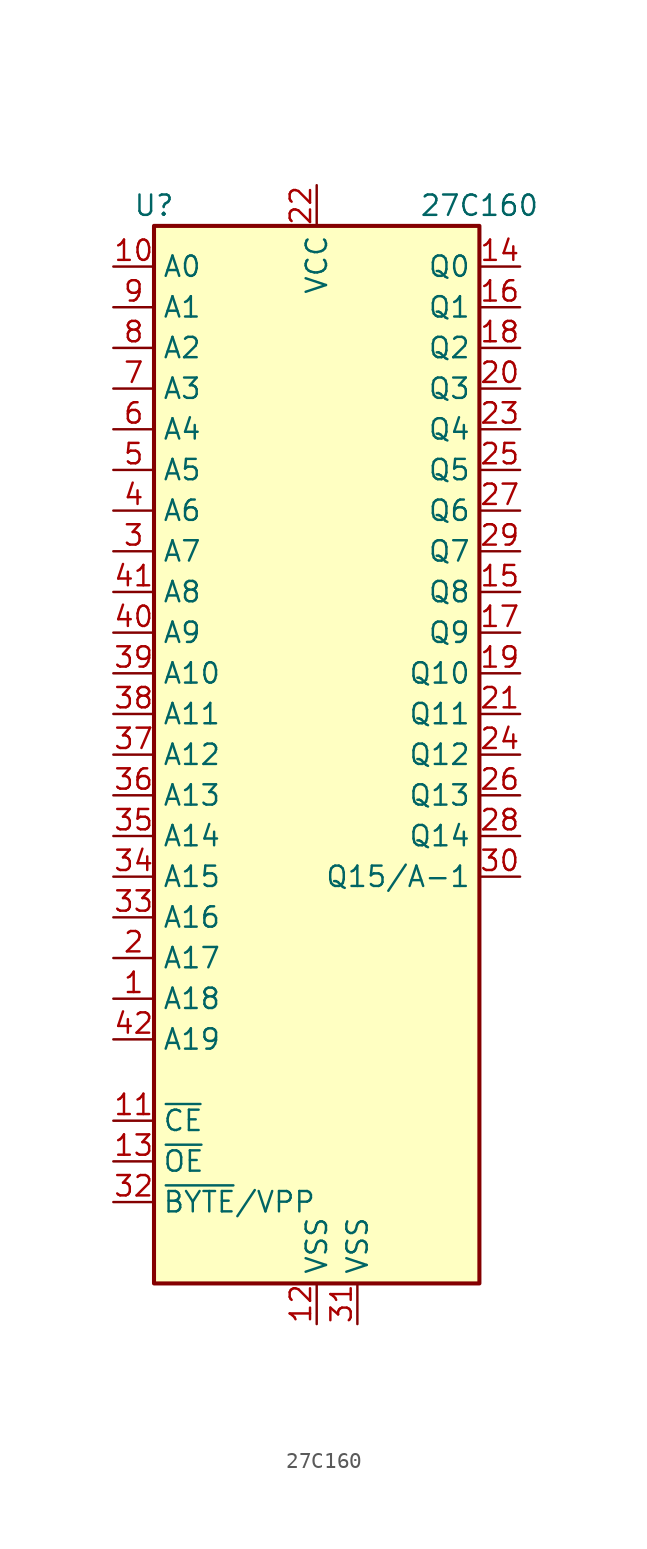
<source format=kicad_sym>
(kicad_symbol_lib
  (version 20220914)
  (generator kicad_symbol_editor)
  (symbol "27C160"
    (property "Reference" "U"
      (at -10.16 34.29 0)
      (effects (font (size 1.27 1.27))))
    (property "Value" "27C160"
      (at 10.16 34.29 0)
      (effects (font (size 1.27 1.27))))
    (symbol "27C160_1_1"
      (rectangle (start -10.16 33.02) (end 10.16 -33.02) (stroke (width 0.254) (type default)) (fill (type background)))
      (pin input line (at -12.7 -15.24 0) (length 2.54) (name "A18" (effects (font (size 1.27 1.27)))) (number "1" (effects (font (size 1.27 1.27)))))
      (pin input line (at -12.7 30.48 0) (length 2.54) (name "A0" (effects (font (size 1.27 1.27)))) (number "10" (effects (font (size 1.27 1.27)))))
      (pin input line (at -12.7 -22.86 0) (length 2.54) (name "~{CE}" (effects (font (size 1.27 1.27)))) (number "11" (effects (font (size 1.27 1.27)))))
      (pin power_in line (at 0 -35.56 90) (length 2.54) (name "VSS" (effects (font (size 1.27 1.27)))) (number "12" (effects (font (size 1.27 1.27)))))
      (pin input line (at -12.7 -25.4 0) (length 2.54) (name "~{OE}" (effects (font (size 1.27 1.27)))) (number "13" (effects (font (size 1.27 1.27)))))
      (pin tri_state line (at 12.7 30.48 180) (length 2.54) (name "Q0" (effects (font (size 1.27 1.27)))) (number "14" (effects (font (size 1.27 1.27)))))
      (pin tri_state line (at 12.7 10.16 180) (length 2.54) (name "Q8" (effects (font (size 1.27 1.27)))) (number "15" (effects (font (size 1.27 1.27)))))
      (pin tri_state line (at 12.7 27.94 180) (length 2.54) (name "Q1" (effects (font (size 1.27 1.27)))) (number "16" (effects (font (size 1.27 1.27)))))
      (pin tri_state line (at 12.7 7.62 180) (length 2.54) (name "Q9" (effects (font (size 1.27 1.27)))) (number "17" (effects (font (size 1.27 1.27)))))
      (pin tri_state line (at 12.7 25.4 180) (length 2.54) (name "Q2" (effects (font (size 1.27 1.27)))) (number "18" (effects (font (size 1.27 1.27)))))
      (pin tri_state line (at 12.7 5.08 180) (length 2.54) (name "Q10" (effects (font (size 1.27 1.27)))) (number "19" (effects (font (size 1.27 1.27)))))
      (pin input line (at -12.7 -12.7 0) (length 2.54) (name "A17" (effects (font (size 1.27 1.27)))) (number "2" (effects (font (size 1.27 1.27)))))
      (pin tri_state line (at 12.7 22.86 180) (length 2.54) (name "Q3" (effects (font (size 1.27 1.27)))) (number "20" (effects (font (size 1.27 1.27)))))
      (pin tri_state line (at 12.7 2.54 180) (length 2.54) (name "Q11" (effects (font (size 1.27 1.27)))) (number "21" (effects (font (size 1.27 1.27)))))
      (pin power_in line (at 0 35.56 270) (length 2.54) (name "VCC" (effects (font (size 1.27 1.27)))) (number "22" (effects (font (size 1.27 1.27)))))
      (pin tri_state line (at 12.7 20.32 180) (length 2.54) (name "Q4" (effects (font (size 1.27 1.27)))) (number "23" (effects (font (size 1.27 1.27)))))
      (pin tri_state line (at 12.7 0 180) (length 2.54) (name "Q12" (effects (font (size 1.27 1.27)))) (number "24" (effects (font (size 1.27 1.27)))))
      (pin tri_state line (at 12.7 17.78 180) (length 2.54) (name "Q5" (effects (font (size 1.27 1.27)))) (number "25" (effects (font (size 1.27 1.27)))))
      (pin tri_state line (at 12.7 -2.54 180) (length 2.54) (name "Q13" (effects (font (size 1.27 1.27)))) (number "26" (effects (font (size 1.27 1.27)))))
      (pin tri_state line (at 12.7 15.24 180) (length 2.54) (name "Q6" (effects (font (size 1.27 1.27)))) (number "27" (effects (font (size 1.27 1.27)))))
      (pin tri_state line (at 12.7 -5.08 180) (length 2.54) (name "Q14" (effects (font (size 1.27 1.27)))) (number "28" (effects (font (size 1.27 1.27)))))
      (pin tri_state line (at 12.7 12.7 180) (length 2.54) (name "Q7" (effects (font (size 1.27 1.27)))) (number "29" (effects (font (size 1.27 1.27)))))
      (pin input line (at -12.7 12.7 0) (length 2.54) (name "A7" (effects (font (size 1.27 1.27)))) (number "3" (effects (font (size 1.27 1.27)))))
      (pin tri_state line (at 12.7 -7.62 180) (length 2.54) (name "Q15/A-1" (effects (font (size 1.27 1.27)))) (number "30" (effects (font (size 1.27 1.27)))))
      (pin power_in line (at 2.54 -35.56 90) (length 2.54) (name "VSS" (effects (font (size 1.27 1.27)))) (number "31" (effects (font (size 1.27 1.27)))))
      (pin input line (at -12.7 -27.94 0) (length 2.54) (name "~{BYTE}/VPP" (effects (font (size 1.27 1.27)))) (number "32" (effects (font (size 1.27 1.27)))))
      (pin input line (at -12.7 -10.16 0) (length 2.54) (name "A16" (effects (font (size 1.27 1.27)))) (number "33" (effects (font (size 1.27 1.27)))))
      (pin input line (at -12.7 -7.62 0) (length 2.54) (name "A15" (effects (font (size 1.27 1.27)))) (number "34" (effects (font (size 1.27 1.27)))))
      (pin input line (at -12.7 -5.08 0) (length 2.54) (name "A14" (effects (font (size 1.27 1.27)))) (number "35" (effects (font (size 1.27 1.27)))))
      (pin input line (at -12.7 -2.54 0) (length 2.54) (name "A13" (effects (font (size 1.27 1.27)))) (number "36" (effects (font (size 1.27 1.27)))))
      (pin input line (at -12.7 0 0) (length 2.54) (name "A12" (effects (font (size 1.27 1.27)))) (number "37" (effects (font (size 1.27 1.27)))))
      (pin input line (at -12.7 2.54 0) (length 2.54) (name "A11" (effects (font (size 1.27 1.27)))) (number "38" (effects (font (size 1.27 1.27)))))
      (pin input line (at -12.7 5.08 0) (length 2.54) (name "A10" (effects (font (size 1.27 1.27)))) (number "39" (effects (font (size 1.27 1.27)))))
      (pin input line (at -12.7 15.24 0) (length 2.54) (name "A6" (effects (font (size 1.27 1.27)))) (number "4" (effects (font (size 1.27 1.27)))))
      (pin input line (at -12.7 7.62 0) (length 2.54) (name "A9" (effects (font (size 1.27 1.27)))) (number "40" (effects (font (size 1.27 1.27)))))
      (pin input line (at -12.7 10.16 0) (length 2.54) (name "A8" (effects (font (size 1.27 1.27)))) (number "41" (effects (font (size 1.27 1.27)))))
      (pin input line (at -12.7 -17.78 0) (length 2.54) (name "A19" (effects (font (size 1.27 1.27)))) (number "42" (effects (font (size 1.27 1.27)))))
      (pin input line (at -12.7 17.78 0) (length 2.54) (name "A5" (effects (font (size 1.27 1.27)))) (number "5" (effects (font (size 1.27 1.27)))))
      (pin input line (at -12.7 20.32 0) (length 2.54) (name "A4" (effects (font (size 1.27 1.27)))) (number "6" (effects (font (size 1.27 1.27)))))
      (pin input line (at -12.7 22.86 0) (length 2.54) (name "A3" (effects (font (size 1.27 1.27)))) (number "7" (effects (font (size 1.27 1.27)))))
      (pin input line (at -12.7 25.4 0) (length 2.54) (name "A2" (effects (font (size 1.27 1.27)))) (number "8" (effects (font (size 1.27 1.27)))))
      (pin input line (at -12.7 27.94 0) (length 2.54) (name "A1" (effects (font (size 1.27 1.27)))) (number "9" (effects (font (size 1.27 1.27))))))))
</source>
